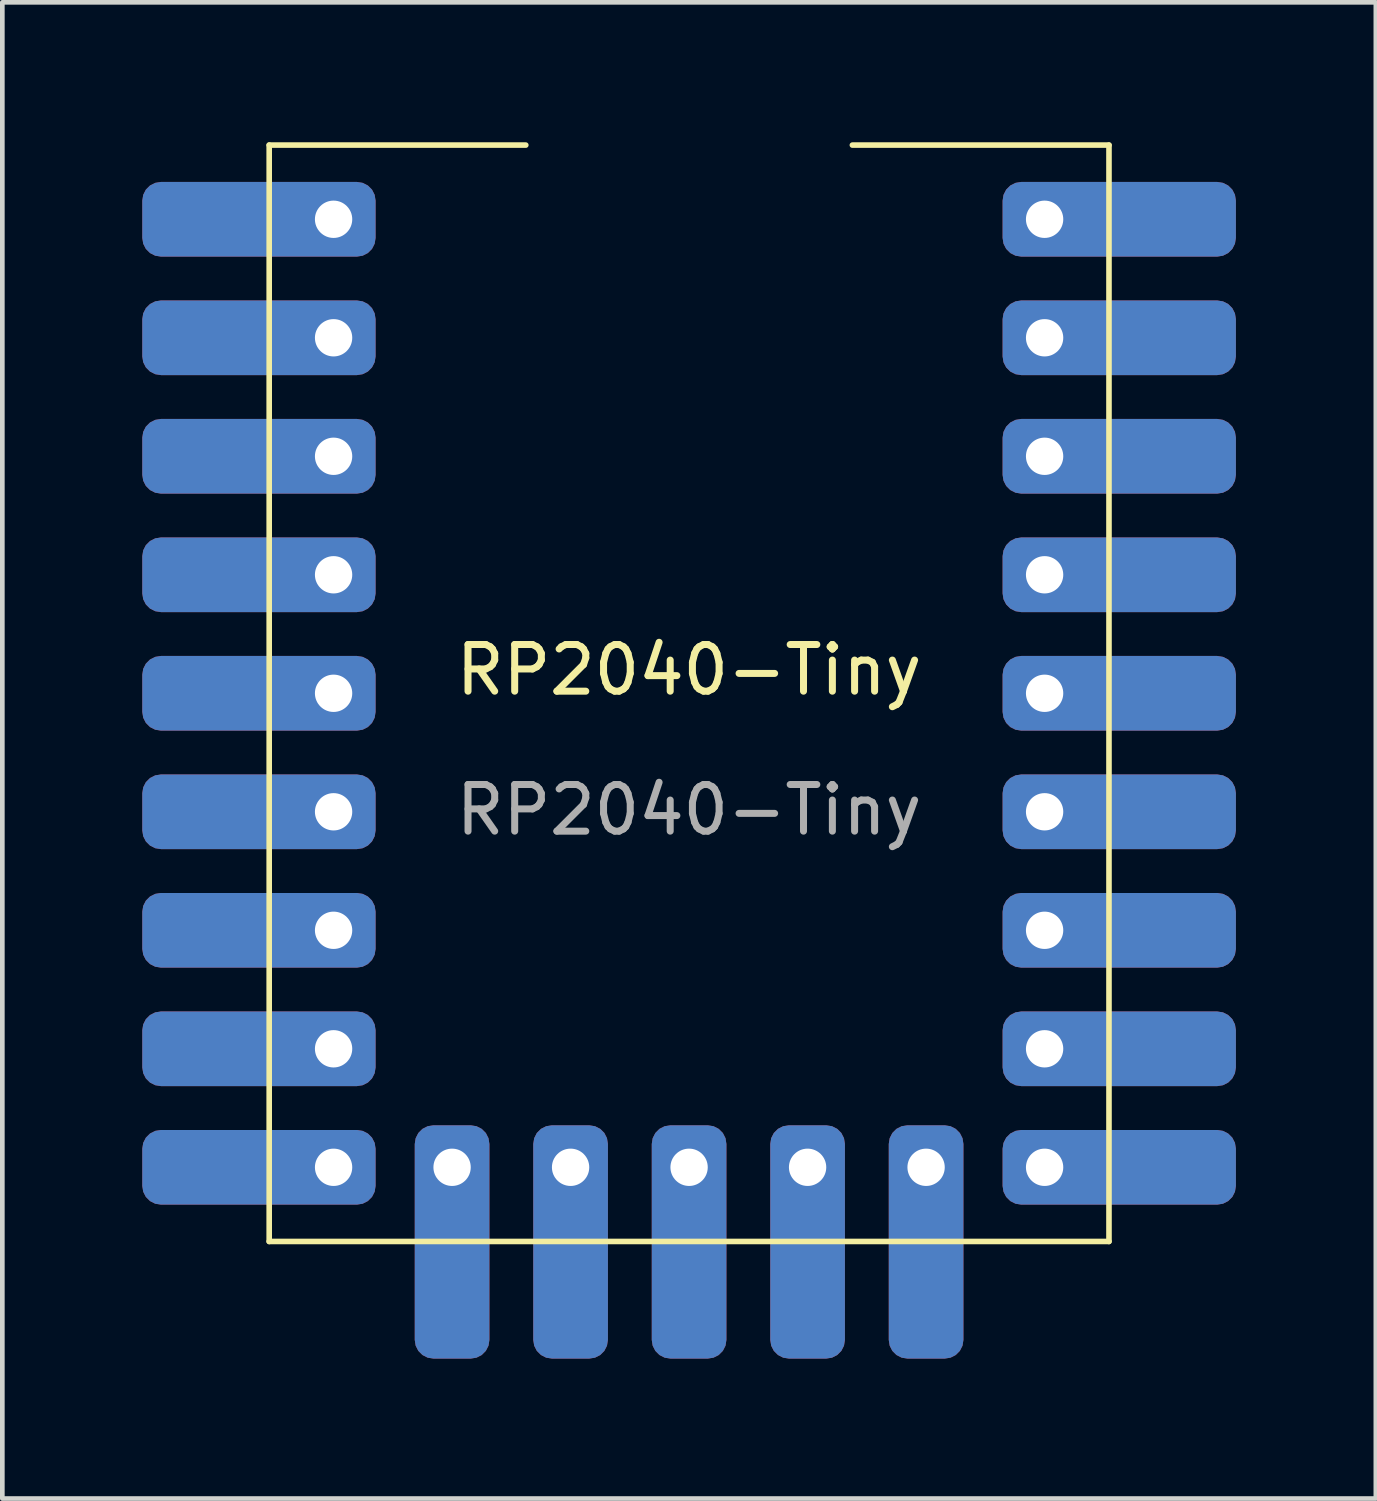
<source format=kicad_pcb>
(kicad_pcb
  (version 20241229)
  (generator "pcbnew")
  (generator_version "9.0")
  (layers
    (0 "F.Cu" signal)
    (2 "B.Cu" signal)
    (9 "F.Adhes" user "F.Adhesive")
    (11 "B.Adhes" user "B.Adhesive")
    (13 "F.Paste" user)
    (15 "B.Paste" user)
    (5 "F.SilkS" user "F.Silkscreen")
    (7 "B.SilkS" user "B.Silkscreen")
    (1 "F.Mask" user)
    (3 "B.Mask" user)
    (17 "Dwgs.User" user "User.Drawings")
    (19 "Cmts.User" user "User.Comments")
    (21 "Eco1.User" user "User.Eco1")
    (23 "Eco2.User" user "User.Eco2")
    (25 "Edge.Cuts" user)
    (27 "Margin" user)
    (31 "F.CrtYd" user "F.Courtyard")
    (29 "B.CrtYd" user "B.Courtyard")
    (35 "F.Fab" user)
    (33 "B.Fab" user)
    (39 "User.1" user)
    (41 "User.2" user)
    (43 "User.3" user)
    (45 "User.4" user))
  (footprint "RP2040-Tiny"
    (layer "F.Cu")
    (at 11.72 11.81)
    (property "Reference" "RP2040-Tiny" (at 0 -0.5 0) (unlocked yes) (layer "F.SilkS") (effects (font (size 1 1) (thickness 0.15))))
    (attr smd)
    (fp_line (start -9 -11.75) (end -9 11.75) (stroke (width 0.12) (type default)) (layer "F.SilkS"))
    (fp_line (start -9 -11.75) (end -3.5 -11.75) (stroke (width 0.12) (type default)) (layer "F.SilkS"))
    (fp_line (start -9 11.75) (end 9 11.75) (stroke (width 0.12) (type default)) (layer "F.SilkS"))
    (fp_line (start 3.5 -11.75) (end 9 -11.75) (stroke (width 0.12) (type default)) (layer "F.SilkS"))
    (fp_line (start 9 -11.75) (end 9 11.75) (stroke (width 0.12) (type default)) (layer "F.SilkS"))
    (fp_text user "${REFERENCE}" (at 0 2.5 0) (unlocked yes) (layer "F.Fab") (effects (font (size 1 1) (thickness 0.15))))
    (pad "0" thru_hole roundrect (at 7.62 -10.16) (size 5 1.6) (drill 0.8 (offset 1.6 0)) (layers "*.Cu" "F.Mask") (roundrect_rratio 0.25))
    (pad "1" thru_hole roundrect (at 7.62 -7.62) (size 5 1.6) (drill 0.8 (offset 1.6 0)) (layers "*.Cu" "F.Mask") (roundrect_rratio 0.25))
    (pad "2" thru_hole roundrect (at 7.62 -5.08) (size 5 1.6) (drill 0.8 (offset 1.6 0)) (layers "*.Cu" "F.Mask") (roundrect_rratio 0.25))
    (pad "3" thru_hole roundrect (at 7.62 -2.54) (size 5 1.6) (drill 0.8 (offset 1.6 0)) (layers "*.Cu" "F.Mask") (roundrect_rratio 0.25))
    (pad "4" thru_hole roundrect (at 7.62 0) (size 5 1.6) (drill 0.8 (offset 1.6 0)) (layers "*.Cu" "F.Mask") (roundrect_rratio 0.25))
    (pad "5" thru_hole roundrect (at 7.62 2.54) (size 5 1.6) (drill 0.8 (offset 1.6 0)) (layers "*.Cu" "F.Mask") (roundrect_rratio 0.25))
    (pad "6" thru_hole roundrect (at 7.62 5.08) (size 5 1.6) (drill 0.8 (offset 1.6 0)) (layers "*.Cu" "F.Mask") (roundrect_rratio 0.25))
    (pad "7" thru_hole roundrect (at 7.62 7.62) (size 5 1.6) (drill 0.8 (offset 1.6 0)) (layers "*.Cu" "F.Mask") (roundrect_rratio 0.25))
    (pad "8" thru_hole roundrect (at 7.62 10.16) (size 5 1.6) (drill 0.8 (offset 1.6 0)) (layers "*.Cu" "F.Mask") (roundrect_rratio 0.25))
    (pad "9" thru_hole roundrect (at 5.08 10.16 270) (size 5 1.6) (drill 0.8 (offset 1.6 0)) (layers "*.Cu" "F.Mask") (roundrect_rratio 0.25))
    (pad "10" thru_hole roundrect (at 2.54 10.16 270) (size 5 1.6) (drill 0.8 (offset 1.6 0)) (layers "*.Cu" "F.Mask") (roundrect_rratio 0.25))
    (pad "11" thru_hole roundrect (at 0 10.16 270) (size 5 1.6) (drill 0.8 (offset 1.6 0)) (layers "*.Cu" "F.Mask") (roundrect_rratio 0.25))
    (pad "12" thru_hole roundrect (at -2.54 10.16 270) (size 5 1.6) (drill 0.8 (offset 1.6 0)) (layers "*.Cu" "F.Mask") (roundrect_rratio 0.25))
    (pad "13" thru_hole roundrect (at -5.08 10.16 270) (size 5 1.6) (drill 0.8 (offset 1.6 0)) (layers "*.Cu" "F.Mask") (roundrect_rratio 0.25))
    (pad "14" thru_hole roundrect (at -7.62 10.16 180) (size 5 1.6) (drill 0.8 (offset 1.6 0)) (layers "*.Cu" "F.Mask") (roundrect_rratio 0.25))
    (pad "15" thru_hole roundrect (at -7.62 7.62 180) (size 5 1.6) (drill 0.8 (offset 1.6 0)) (layers "*.Cu" "F.Mask") (roundrect_rratio 0.25))
    (pad "16" thru_hole roundrect (at -7.62 5.08 180) (size 5 1.6) (drill 0.8 (offset 1.6 0)) (layers "*.Cu" "F.Mask") (roundrect_rratio 0.25))
    (pad "17" thru_hole roundrect (at -7.62 2.54 180) (size 5 1.6) (drill 0.8 (offset 1.6 0)) (layers "*.Cu" "F.Mask") (roundrect_rratio 0.25))
    (pad "18" thru_hole roundrect (at -7.62 0 180) (size 5 1.6) (drill 0.8 (offset 1.6 0)) (layers "*.Cu" "F.Mask") (roundrect_rratio 0.25))
    (pad "19" thru_hole roundrect (at -7.62 -2.54 180) (size 5 1.6) (drill 0.8 (offset 1.6 0)) (layers "*.Cu" "F.Mask") (roundrect_rratio 0.25))
    (pad "20" thru_hole roundrect (at -7.62 -5.08 180) (size 5 1.6) (drill 0.8 (offset 1.6 0)) (layers "*.Cu" "F.Mask") (roundrect_rratio 0.25))
    (pad "21" thru_hole roundrect (at -7.62 -7.62 180) (size 5 1.6) (drill 0.8 (offset 1.6 0)) (layers "*.Cu" "F.Mask") (roundrect_rratio 0.25))
    (pad "22" thru_hole roundrect (at -7.62 -10.16 180) (size 5 1.6) (drill 0.8 (offset 1.6 0)) (layers "*.Cu" "F.Mask") (roundrect_rratio 0.25)))
  (gr_rect
    (start -3 -3)
    (end 26.44 29.07)
    (stroke (width 0.1) (type default))
    (fill no)
    (layer "Edge.Cuts")))
</source>
